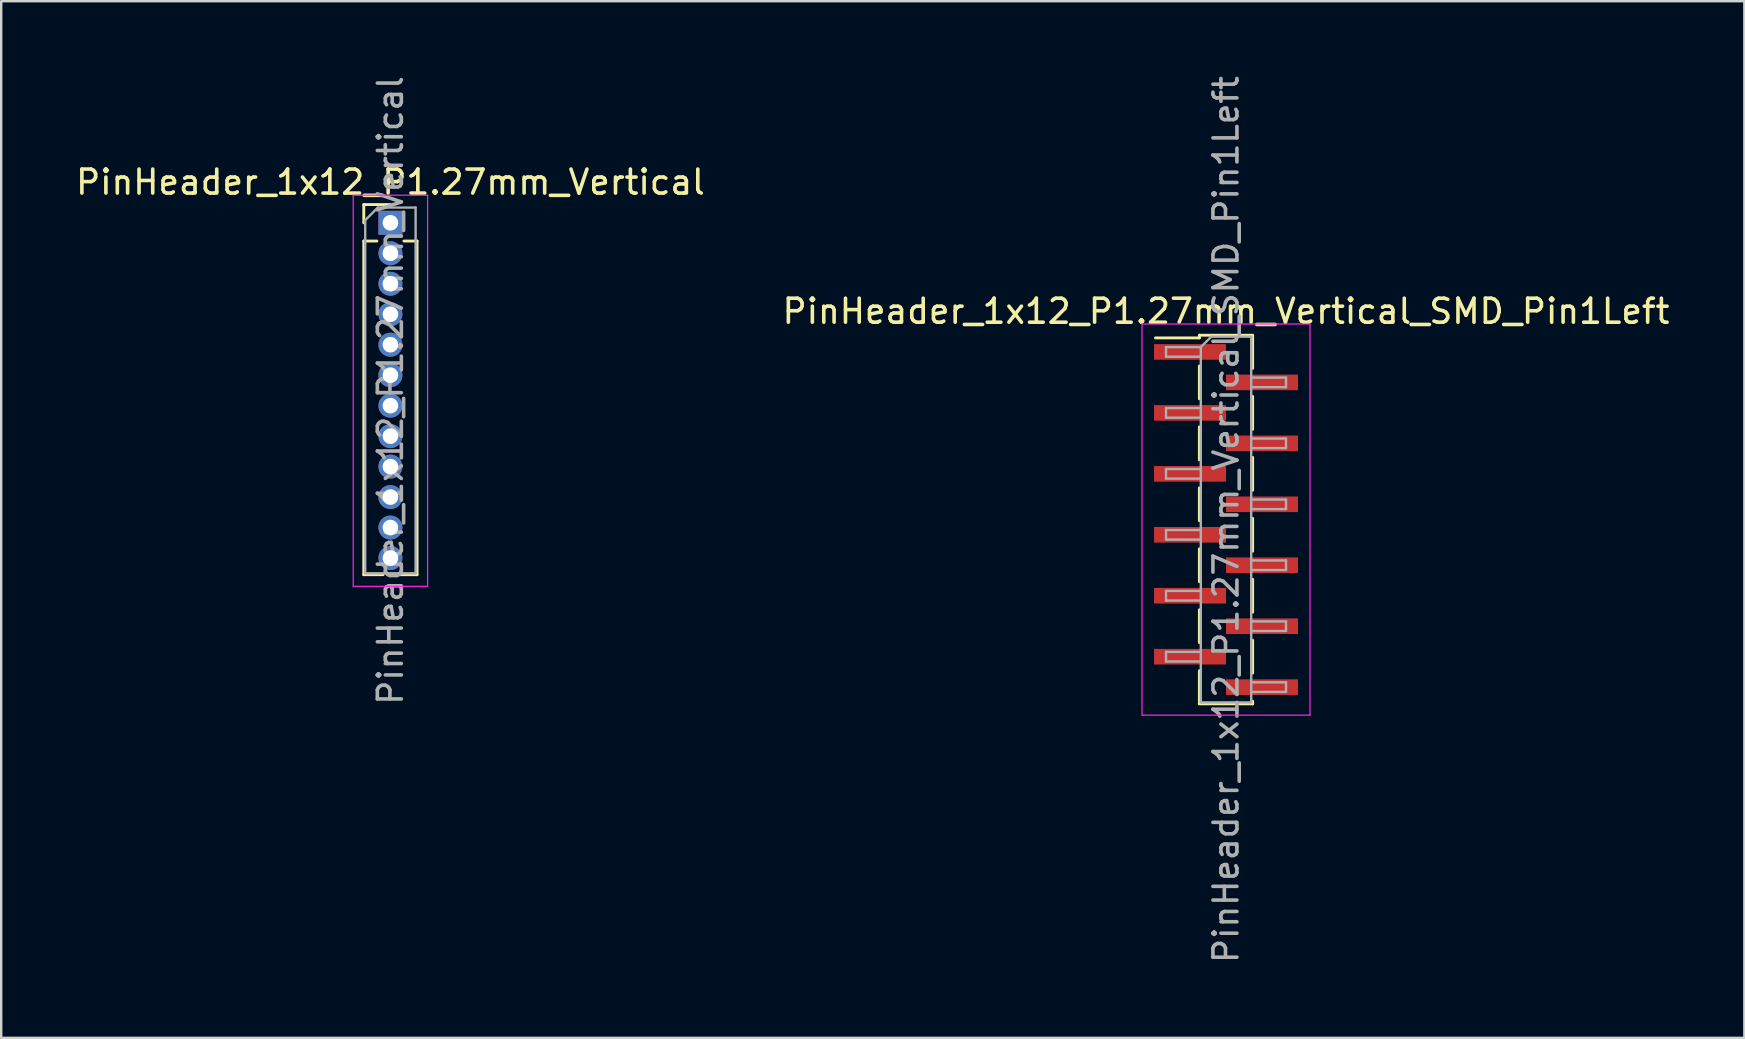
<source format=kicad_pcb>
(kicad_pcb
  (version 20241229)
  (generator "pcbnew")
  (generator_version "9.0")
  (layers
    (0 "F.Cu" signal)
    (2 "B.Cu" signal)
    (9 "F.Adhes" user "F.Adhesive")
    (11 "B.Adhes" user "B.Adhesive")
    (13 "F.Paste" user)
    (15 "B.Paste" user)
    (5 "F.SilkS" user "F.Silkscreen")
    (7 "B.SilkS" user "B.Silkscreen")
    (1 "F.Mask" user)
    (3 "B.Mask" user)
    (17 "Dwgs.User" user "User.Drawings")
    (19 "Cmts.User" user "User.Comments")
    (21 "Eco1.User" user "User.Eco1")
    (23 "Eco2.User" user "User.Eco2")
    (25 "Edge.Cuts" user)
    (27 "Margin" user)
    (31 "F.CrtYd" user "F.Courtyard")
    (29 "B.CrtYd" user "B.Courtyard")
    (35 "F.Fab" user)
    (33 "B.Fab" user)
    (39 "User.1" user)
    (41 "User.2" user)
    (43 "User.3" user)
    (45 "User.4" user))
  (footprint "PinHeader_1x12_P1.27mm_Vertical"
    (layer "F.Cu")
    (at 13.22 6.235)
    (property "Reference" "PinHeader_1x12_P1.27mm_Vertical" (at 0 -1.695 0) (layer "F.SilkS") (effects (font (size 1 1) (thickness 0.15))))
    (attr through_hole)
    (fp_line (start -1.11 -0.76) (end 0 -0.76) (stroke (width 0.12) (type solid)) (layer "F.SilkS"))
    (fp_line (start -1.11 0) (end -1.11 -0.76) (stroke (width 0.12) (type solid)) (layer "F.SilkS"))
    (fp_line (start -1.11 0.76) (end -1.11 14.665) (stroke (width 0.12) (type solid)) (layer "F.SilkS"))
    (fp_line (start -1.11 0.76) (end -0.563 0.76) (stroke (width 0.12) (type solid)) (layer "F.SilkS"))
    (fp_line (start -1.11 14.665) (end -0.308 14.665) (stroke (width 0.12) (type solid)) (layer "F.SilkS"))
    (fp_line (start 0.308 14.665) (end 1.11 14.665) (stroke (width 0.12) (type solid)) (layer "F.SilkS"))
    (fp_line (start 0.563 0.76) (end 1.11 0.76) (stroke (width 0.12) (type solid)) (layer "F.SilkS"))
    (fp_line (start 1.11 0.76) (end 1.11 14.665) (stroke (width 0.12) (type solid)) (layer "F.SilkS"))
    (fp_line (start -1.55 -1.15) (end -1.55 15.15) (stroke (width 0.05) (type solid)) (layer "F.CrtYd"))
    (fp_line (start -1.55 15.15) (end 1.55 15.15) (stroke (width 0.05) (type solid)) (layer "F.CrtYd"))
    (fp_line (start 1.55 -1.15) (end -1.55 -1.15) (stroke (width 0.05) (type solid)) (layer "F.CrtYd"))
    (fp_line (start 1.55 15.15) (end 1.55 -1.15) (stroke (width 0.05) (type solid)) (layer "F.CrtYd"))
    (fp_line (start -1.05 -0.11) (end -0.525 -0.635) (stroke (width 0.1) (type solid)) (layer "F.Fab"))
    (fp_line (start -1.05 14.605) (end -1.05 -0.11) (stroke (width 0.1) (type solid)) (layer "F.Fab"))
    (fp_line (start -0.525 -0.635) (end 1.05 -0.635) (stroke (width 0.1) (type solid)) (layer "F.Fab"))
    (fp_line (start 1.05 -0.635) (end 1.05 14.605) (stroke (width 0.1) (type solid)) (layer "F.Fab"))
    (fp_line (start 1.05 14.605) (end -1.05 14.605) (stroke (width 0.1) (type solid)) (layer "F.Fab"))
    (fp_text user "${REFERENCE}" (at 0 6.985 90) (layer "F.Fab") (effects (font (size 1 1) (thickness 0.15))))
    (pad "1" thru_hole rect (at 0 0) (size 1 1) (drill 0.65) (layers "*.Cu" "*.Mask"))
    (pad "2" thru_hole oval (at 0 1.27) (size 1 1) (drill 0.65) (layers "*.Cu" "*.Mask"))
    (pad "3" thru_hole oval (at 0 2.54) (size 1 1) (drill 0.65) (layers "*.Cu" "*.Mask"))
    (pad "4" thru_hole oval (at 0 3.81) (size 1 1) (drill 0.65) (layers "*.Cu" "*.Mask"))
    (pad "5" thru_hole oval (at 0 5.08) (size 1 1) (drill 0.65) (layers "*.Cu" "*.Mask"))
    (pad "6" thru_hole oval (at 0 6.35) (size 1 1) (drill 0.65) (layers "*.Cu" "*.Mask"))
    (pad "7" thru_hole oval (at 0 7.62) (size 1 1) (drill 0.65) (layers "*.Cu" "*.Mask"))
    (pad "8" thru_hole oval (at 0 8.89) (size 1 1) (drill 0.65) (layers "*.Cu" "*.Mask"))
    (pad "9" thru_hole oval (at 0 10.16) (size 1 1) (drill 0.65) (layers "*.Cu" "*.Mask"))
    (pad "10" thru_hole oval (at 0 11.43) (size 1 1) (drill 0.65) (layers "*.Cu" "*.Mask"))
    (pad "11" thru_hole oval (at 0 12.7) (size 1 1) (drill 0.65) (layers "*.Cu" "*.Mask"))
    (pad "12" thru_hole oval (at 0 13.97) (size 1 1) (drill 0.65) (layers "*.Cu" "*.Mask")))
  (footprint "PinHeader_1x12_P1.27mm_Vertical_SMD_Pin1Left"
    (layer "F.Cu")
    (at 48.042 18.601)
    (property "Reference" "PinHeader_1x12_P1.27mm_Vertical_SMD_Pin1Left" (at 0 -8.68 0) (layer "F.SilkS") (effects (font (size 1 1) (thickness 0.15))))
    (attr smd)
    (fp_line (start -1.11 -7.68) (end -1.11 -7.57) (stroke (width 0.12) (type solid)) (layer "F.SilkS"))
    (fp_line (start -1.11 -7.68) (end 1.11 -7.68) (stroke (width 0.12) (type solid)) (layer "F.SilkS"))
    (fp_line (start -1.11 -7.57) (end -2.94 -7.57) (stroke (width 0.12) (type solid)) (layer "F.SilkS"))
    (fp_line (start -1.11 -6.4) (end -1.11 -5.03) (stroke (width 0.12) (type solid)) (layer "F.SilkS"))
    (fp_line (start -1.11 -3.86) (end -1.11 -2.49) (stroke (width 0.12) (type solid)) (layer "F.SilkS"))
    (fp_line (start -1.11 -1.32) (end -1.11 0.05) (stroke (width 0.12) (type solid)) (layer "F.SilkS"))
    (fp_line (start -1.11 1.22) (end -1.11 2.59) (stroke (width 0.12) (type solid)) (layer "F.SilkS"))
    (fp_line (start -1.11 3.76) (end -1.11 5.13) (stroke (width 0.12) (type solid)) (layer "F.SilkS"))
    (fp_line (start -1.11 6.3) (end -1.11 7.67) (stroke (width 0.12) (type solid)) (layer "F.SilkS"))
    (fp_line (start -1.11 7.68) (end 1.11 7.68) (stroke (width 0.12) (type solid)) (layer "F.SilkS"))
    (fp_line (start 1.11 -7.67) (end 1.11 -6.3) (stroke (width 0.12) (type solid)) (layer "F.SilkS"))
    (fp_line (start 1.11 -5.13) (end 1.11 -3.76) (stroke (width 0.12) (type solid)) (layer "F.SilkS"))
    (fp_line (start 1.11 -2.59) (end 1.11 -1.22) (stroke (width 0.12) (type solid)) (layer "F.SilkS"))
    (fp_line (start 1.11 -0.05) (end 1.11 1.32) (stroke (width 0.12) (type solid)) (layer "F.SilkS"))
    (fp_line (start 1.11 2.49) (end 1.11 3.86) (stroke (width 0.12) (type solid)) (layer "F.SilkS"))
    (fp_line (start 1.11 5.03) (end 1.11 6.4) (stroke (width 0.12) (type solid)) (layer "F.SilkS"))
    (fp_line (start 1.11 7.57) (end 1.11 7.68) (stroke (width 0.12) (type solid)) (layer "F.SilkS"))
    (fp_line (start -3.5 -8.15) (end -3.5 8.15) (stroke (width 0.05) (type solid)) (layer "F.CrtYd"))
    (fp_line (start -3.5 8.15) (end 3.5 8.15) (stroke (width 0.05) (type solid)) (layer "F.CrtYd"))
    (fp_line (start 3.5 -8.15) (end -3.5 -8.15) (stroke (width 0.05) (type solid)) (layer "F.CrtYd"))
    (fp_line (start 3.5 8.15) (end 3.5 -8.15) (stroke (width 0.05) (type solid)) (layer "F.CrtYd"))
    (fp_line (start -2.5 -7.185) (end -2.5 -6.785) (stroke (width 0.1) (type solid)) (layer "F.Fab"))
    (fp_line (start -2.5 -6.785) (end -1.05 -6.785) (stroke (width 0.1) (type solid)) (layer "F.Fab"))
    (fp_line (start -2.5 -4.645) (end -2.5 -4.245) (stroke (width 0.1) (type solid)) (layer "F.Fab"))
    (fp_line (start -2.5 -4.245) (end -1.05 -4.245) (stroke (width 0.1) (type solid)) (layer "F.Fab"))
    (fp_line (start -2.5 -2.105) (end -2.5 -1.705) (stroke (width 0.1) (type solid)) (layer "F.Fab"))
    (fp_line (start -2.5 -1.705) (end -1.05 -1.705) (stroke (width 0.1) (type solid)) (layer "F.Fab"))
    (fp_line (start -2.5 0.435) (end -2.5 0.835) (stroke (width 0.1) (type solid)) (layer "F.Fab"))
    (fp_line (start -2.5 0.835) (end -1.05 0.835) (stroke (width 0.1) (type solid)) (layer "F.Fab"))
    (fp_line (start -2.5 2.975) (end -2.5 3.375) (stroke (width 0.1) (type solid)) (layer "F.Fab"))
    (fp_line (start -2.5 3.375) (end -1.05 3.375) (stroke (width 0.1) (type solid)) (layer "F.Fab"))
    (fp_line (start -2.5 5.515) (end -2.5 5.915) (stroke (width 0.1) (type solid)) (layer "F.Fab"))
    (fp_line (start -2.5 5.915) (end -1.05 5.915) (stroke (width 0.1) (type solid)) (layer "F.Fab"))
    (fp_line (start -1.05 -7.185) (end -2.5 -7.185) (stroke (width 0.1) (type solid)) (layer "F.Fab"))
    (fp_line (start -1.05 -7.185) (end -0.615 -7.62) (stroke (width 0.1) (type solid)) (layer "F.Fab"))
    (fp_line (start -1.05 -4.645) (end -2.5 -4.645) (stroke (width 0.1) (type solid)) (layer "F.Fab"))
    (fp_line (start -1.05 -2.105) (end -2.5 -2.105) (stroke (width 0.1) (type solid)) (layer "F.Fab"))
    (fp_line (start -1.05 0.435) (end -2.5 0.435) (stroke (width 0.1) (type solid)) (layer "F.Fab"))
    (fp_line (start -1.05 2.975) (end -2.5 2.975) (stroke (width 0.1) (type solid)) (layer "F.Fab"))
    (fp_line (start -1.05 5.515) (end -2.5 5.515) (stroke (width 0.1) (type solid)) (layer "F.Fab"))
    (fp_line (start -1.05 7.62) (end -1.05 -7.185) (stroke (width 0.1) (type solid)) (layer "F.Fab"))
    (fp_line (start -0.615 -7.62) (end 1.05 -7.62) (stroke (width 0.1) (type solid)) (layer "F.Fab"))
    (fp_line (start 1.05 -7.62) (end 1.05 7.62) (stroke (width 0.1) (type solid)) (layer "F.Fab"))
    (fp_line (start 1.05 -5.915) (end 2.5 -5.915) (stroke (width 0.1) (type solid)) (layer "F.Fab"))
    (fp_line (start 1.05 -3.375) (end 2.5 -3.375) (stroke (width 0.1) (type solid)) (layer "F.Fab"))
    (fp_line (start 1.05 -0.835) (end 2.5 -0.835) (stroke (width 0.1) (type solid)) (layer "F.Fab"))
    (fp_line (start 1.05 1.705) (end 2.5 1.705) (stroke (width 0.1) (type solid)) (layer "F.Fab"))
    (fp_line (start 1.05 4.245) (end 2.5 4.245) (stroke (width 0.1) (type solid)) (layer "F.Fab"))
    (fp_line (start 1.05 6.785) (end 2.5 6.785) (stroke (width 0.1) (type solid)) (layer "F.Fab"))
    (fp_line (start 1.05 7.62) (end -1.05 7.62) (stroke (width 0.1) (type solid)) (layer "F.Fab"))
    (fp_line (start 2.5 -5.915) (end 2.5 -5.515) (stroke (width 0.1) (type solid)) (layer "F.Fab"))
    (fp_line (start 2.5 -5.515) (end 1.05 -5.515) (stroke (width 0.1) (type solid)) (layer "F.Fab"))
    (fp_line (start 2.5 -3.375) (end 2.5 -2.975) (stroke (width 0.1) (type solid)) (layer "F.Fab"))
    (fp_line (start 2.5 -2.975) (end 1.05 -2.975) (stroke (width 0.1) (type solid)) (layer "F.Fab"))
    (fp_line (start 2.5 -0.835) (end 2.5 -0.435) (stroke (width 0.1) (type solid)) (layer "F.Fab"))
    (fp_line (start 2.5 -0.435) (end 1.05 -0.435) (stroke (width 0.1) (type solid)) (layer "F.Fab"))
    (fp_line (start 2.5 1.705) (end 2.5 2.105) (stroke (width 0.1) (type solid)) (layer "F.Fab"))
    (fp_line (start 2.5 2.105) (end 1.05 2.105) (stroke (width 0.1) (type solid)) (layer "F.Fab"))
    (fp_line (start 2.5 4.245) (end 2.5 4.645) (stroke (width 0.1) (type solid)) (layer "F.Fab"))
    (fp_line (start 2.5 4.645) (end 1.05 4.645) (stroke (width 0.1) (type solid)) (layer "F.Fab"))
    (fp_line (start 2.5 6.785) (end 2.5 7.185) (stroke (width 0.1) (type solid)) (layer "F.Fab"))
    (fp_line (start 2.5 7.185) (end 1.05 7.185) (stroke (width 0.1) (type solid)) (layer "F.Fab"))
    (fp_text user "${REFERENCE}" (at 0 0 90) (layer "F.Fab") (effects (font (size 1 1) (thickness 0.15))))
    (pad "1" smd rect (at -1.5 -6.985) (size 3 0.65) (layers "F.Cu" "F.Mask" "F.Paste"))
    (pad "2" smd rect (at 1.5 -5.715) (size 3 0.65) (layers "F.Cu" "F.Mask" "F.Paste"))
    (pad "3" smd rect (at -1.5 -4.445) (size 3 0.65) (layers "F.Cu" "F.Mask" "F.Paste"))
    (pad "4" smd rect (at 1.5 -3.175) (size 3 0.65) (layers "F.Cu" "F.Mask" "F.Paste"))
    (pad "5" smd rect (at -1.5 -1.905) (size 3 0.65) (layers "F.Cu" "F.Mask" "F.Paste"))
    (pad "6" smd rect (at 1.5 -0.635) (size 3 0.65) (layers "F.Cu" "F.Mask" "F.Paste"))
    (pad "7" smd rect (at -1.5 0.635) (size 3 0.65) (layers "F.Cu" "F.Mask" "F.Paste"))
    (pad "8" smd rect (at 1.5 1.905) (size 3 0.65) (layers "F.Cu" "F.Mask" "F.Paste"))
    (pad "9" smd rect (at -1.5 3.175) (size 3 0.65) (layers "F.Cu" "F.Mask" "F.Paste"))
    (pad "10" smd rect (at 1.5 4.445) (size 3 0.65) (layers "F.Cu" "F.Mask" "F.Paste"))
    (pad "11" smd rect (at -1.5 5.715) (size 3 0.65) (layers "F.Cu" "F.Mask" "F.Paste"))
    (pad "12" smd rect (at 1.5 6.985) (size 3 0.65) (layers "F.Cu" "F.Mask" "F.Paste")))
  (gr_rect
    (start -3 -3)
    (end 69.643 40.202)
    (stroke (width 0.1) (type default))
    (fill no)
    (layer "Edge.Cuts")))
</source>
